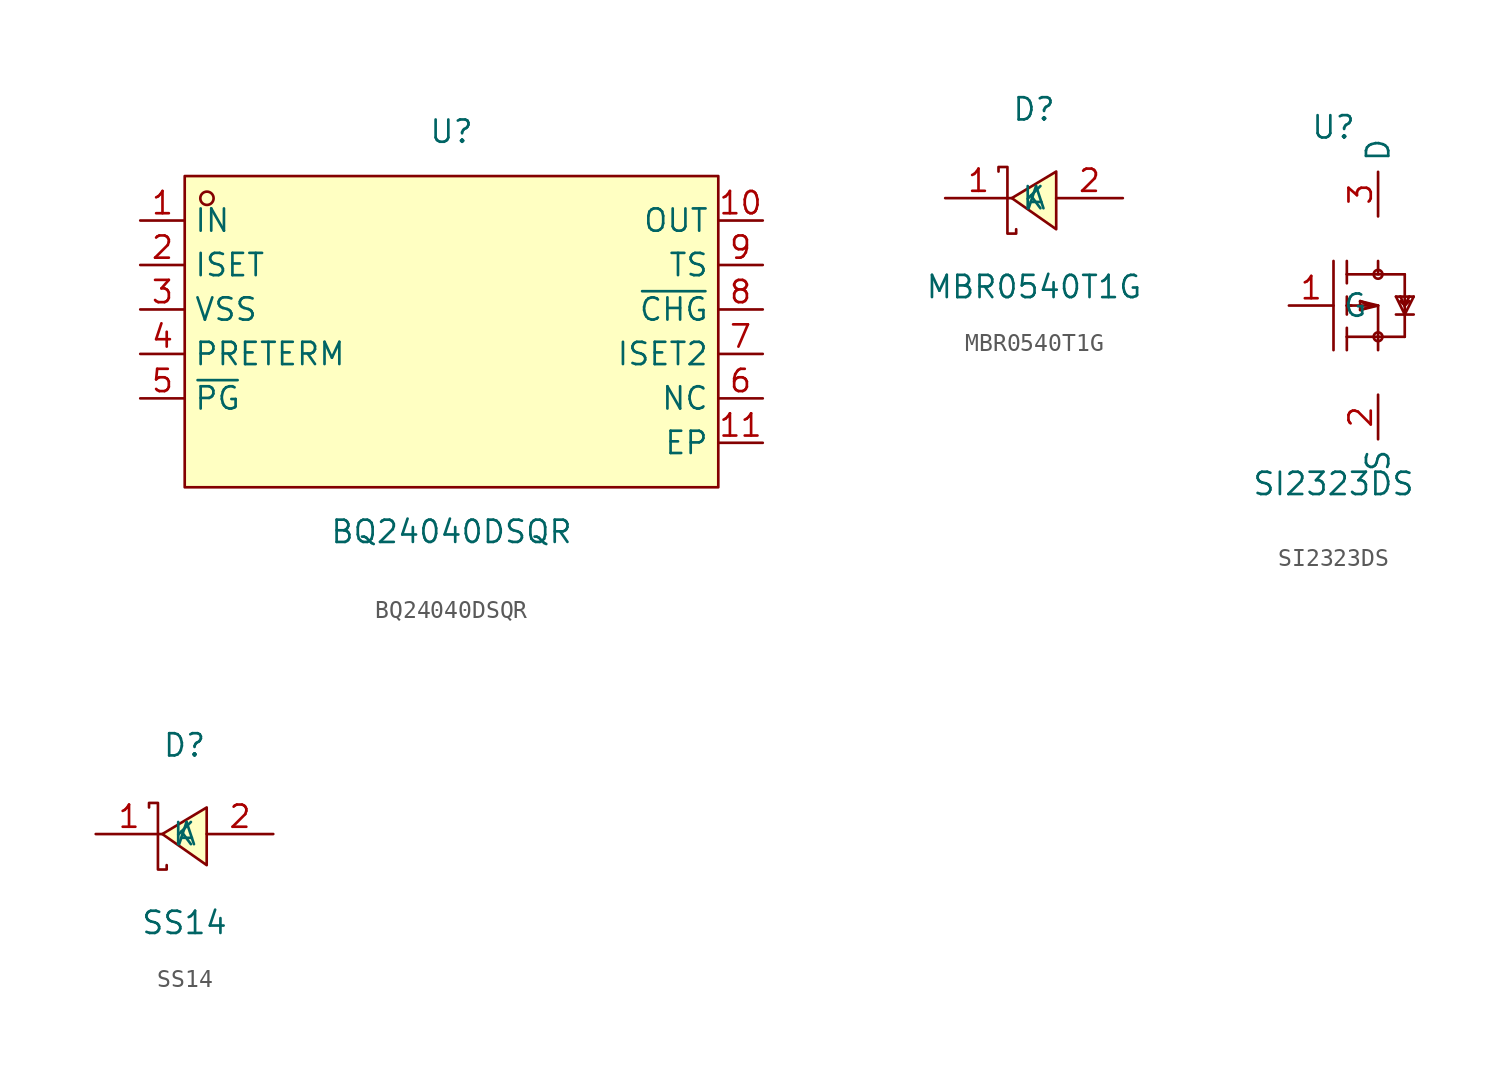
<source format=kicad_sym>
(kicad_symbol_lib
  (version 20231120)
  (generator "kicad_symbol_editor")
  (generator_version "8.0")
  (symbol "BQ24040DSQR"
    (property "Reference" "U"
      (at 0 10.16 0)
      (effects (font (size 1.27 1.27))))
    (property "Value" "BQ24040DSQR"
      (at 0 -12.7 0)
      (effects (font (size 1.27 1.27))))
    (symbol "BQ24040DSQR_0_1"
      (rectangle (start -15.24 7.62) (end 15.24 -10.16) (stroke (width 0) (type default)) (fill (type background)))
      (circle (center -13.97 6.35) (radius 0.38) (stroke (width 0) (type default)) (fill (type none)))
      (pin unspecified line (at -17.78 5.08 0) (length 2.54) (name "IN" (effects (font (size 1.27 1.27)))) (number "1" (effects (font (size 1.27 1.27)))))
      (pin unspecified line (at 17.78 5.08 180) (length 2.54) (name "OUT" (effects (font (size 1.27 1.27)))) (number "10" (effects (font (size 1.27 1.27)))))
      (pin unspecified line (at 17.78 -7.62 180) (length 2.54) (name "EP" (effects (font (size 1.27 1.27)))) (number "11" (effects (font (size 1.27 1.27)))))
      (pin unspecified line (at -17.78 2.54 0) (length 2.54) (name "ISET" (effects (font (size 1.27 1.27)))) (number "2" (effects (font (size 1.27 1.27)))))
      (pin unspecified line (at -17.78 0 0) (length 2.54) (name "VSS" (effects (font (size 1.27 1.27)))) (number "3" (effects (font (size 1.27 1.27)))))
      (pin unspecified line (at -17.78 -2.54 0) (length 2.54) (name "PRETERM" (effects (font (size 1.27 1.27)))) (number "4" (effects (font (size 1.27 1.27)))))
      (pin unspecified line (at -17.78 -5.08 0) (length 2.54) (name "~{PG}" (effects (font (size 1.27 1.27)))) (number "5" (effects (font (size 1.27 1.27)))))
      (pin unspecified line (at 17.78 -5.08 180) (length 2.54) (name "NC" (effects (font (size 1.27 1.27)))) (number "6" (effects (font (size 1.27 1.27)))))
      (pin unspecified line (at 17.78 -2.54 180) (length 2.54) (name "ISET2" (effects (font (size 1.27 1.27)))) (number "7" (effects (font (size 1.27 1.27)))))
      (pin unspecified line (at 17.78 0 180) (length 2.54) (name "~{CHG}" (effects (font (size 1.27 1.27)))) (number "8" (effects (font (size 1.27 1.27)))))
      (pin unspecified line (at 17.78 2.54 180) (length 2.54) (name "TS" (effects (font (size 1.27 1.27)))) (number "9" (effects (font (size 1.27 1.27)))))))
  (symbol "MBR0540T1G"
    (property "Reference" "D"
      (at 0 5.08 0)
      (effects (font (size 1.27 1.27))))
    (property "Value" "MBR0540T1G"
      (at 0 -5.08 0)
      (effects (font (size 1.27 1.27))))
    (symbol "MBR0540T1G_0_1"
      (polyline (pts (xy 1.27 1.52) (xy -1.27 0) (xy 1.27 -1.78) (xy 1.27 1.52)) (stroke (width 0) (type default)) (fill (type background)))
      (polyline (pts (xy -2.03 1.52) (xy -2.03 1.78) (xy -1.52 1.78) (xy -1.52 -2.03) (xy -1.02 -2.03) (xy -1.02 -1.78)) (stroke (width 0) (type default)) (fill (type none)))
      (pin unspecified line (at -5.08 0 0) (length 3.81) (name "K" (effects (font (size 1.27 1.27)))) (number "1" (effects (font (size 1.27 1.27)))))
      (pin unspecified line (at 5.08 0 180) (length 3.81) (name "A" (effects (font (size 1.27 1.27)))) (number "2" (effects (font (size 1.27 1.27)))))))
  (symbol "SI2323DS"
    (property "Reference" "U"
      (at 0 10.16 0)
      (effects (font (size 1.27 1.27))))
    (property "Value" "SI2323DS"
      (at 0 -10.16 0)
      (effects (font (size 1.27 1.27))))
    (symbol "SI2323DS_0_1"
      (polyline (pts (xy 0 2.54) (xy 0 -2.54)) (stroke (width 0) (type default)) (fill (type none)))
      (polyline (pts (xy 0.76 -2.54) (xy 0.76 -1.78)) (stroke (width 0) (type default)) (fill (type none)))
      (polyline (pts (xy 0.76 -1.78) (xy 0.76 -1.27)) (stroke (width 0) (type default)) (fill (type none)))
      (polyline (pts (xy 0.76 -1.78) (xy 2.54 -1.78)) (stroke (width 0) (type default)) (fill (type none)))
      (polyline (pts (xy 0.76 0) (xy 0.76 -0.51)) (stroke (width 0) (type default)) (fill (type none)))
      (polyline (pts (xy 0.76 0.51) (xy 0.76 0)) (stroke (width 0) (type default)) (fill (type none)))
      (polyline (pts (xy 0.76 1.78) (xy 0.76 1.27)) (stroke (width 0) (type default)) (fill (type none)))
      (polyline (pts (xy 0.76 2.54) (xy 0.76 1.78)) (stroke (width 0) (type default)) (fill (type none)))
      (polyline (pts (xy 1.02 0) (xy 0.76 0)) (stroke (width 0) (type default)) (fill (type none)))
      (polyline (pts (xy 1.52 -0.25) (xy 2.29 0)) (stroke (width 0) (type default)) (fill (type none)))
      (polyline (pts (xy 1.52 0.25) (xy 1.52 -0.25)) (stroke (width 0) (type default)) (fill (type none)))
      (polyline (pts (xy 1.52 0.25) (xy 2.03 0)) (stroke (width 0) (type default)) (fill (type none)))
      (polyline (pts (xy 2.29 0) (xy 0.76 0)) (stroke (width 0) (type default)) (fill (type none)))
      (polyline (pts (xy 2.29 0) (xy 1.52 0.25)) (stroke (width 0) (type default)) (fill (type none)))
      (polyline (pts (xy 2.54 -1.78) (xy 2.54 -2.54)) (stroke (width 0) (type default)) (fill (type none)))
      (polyline (pts (xy 2.54 0) (xy 1.52 -0.25)) (stroke (width 0) (type default)) (fill (type none)))
      (polyline (pts (xy 2.54 0) (xy 1.52 0.25)) (stroke (width 0) (type default)) (fill (type none)))
      (polyline (pts (xy 2.54 0) (xy 2.54 -1.78)) (stroke (width 0) (type default)) (fill (type none)))
      (polyline (pts (xy 2.54 2.54) (xy 2.54 1.78)) (stroke (width 0) (type default)) (fill (type none)))
      (polyline (pts (xy 3.56 -0.51) (xy 4.06 -0.51)) (stroke (width 0) (type default)) (fill (type none)))
      (polyline (pts (xy 3.56 0.51) (xy 3.81 0.51)) (stroke (width 0) (type default)) (fill (type none)))
      (polyline (pts (xy 3.81 0.25) (xy 4.06 0)) (stroke (width 0) (type default)) (fill (type none)))
      (polyline (pts (xy 3.81 0.51) (xy 4.06 0)) (stroke (width 0) (type default)) (fill (type none)))
      (polyline (pts (xy 3.81 0.51) (xy 4.32 0.51)) (stroke (width 0) (type default)) (fill (type none)))
      (polyline (pts (xy 4.06 -1.78) (xy 2.54 -1.78)) (stroke (width 0) (type default)) (fill (type none)))
      (polyline (pts (xy 4.06 -0.51) (xy 3.56 0.51)) (stroke (width 0) (type default)) (fill (type none)))
      (polyline (pts (xy 4.06 -0.51) (xy 4.57 -0.51)) (stroke (width 0) (type default)) (fill (type none)))
      (polyline (pts (xy 4.06 -0.25) (xy 4.06 -1.78)) (stroke (width 0) (type default)) (fill (type none)))
      (polyline (pts (xy 4.06 0) (xy 4.06 -0.51)) (stroke (width 0) (type default)) (fill (type none)))
      (polyline (pts (xy 4.06 0) (xy 4.32 0.25)) (stroke (width 0) (type default)) (fill (type none)))
      (polyline (pts (xy 4.06 0) (xy 4.32 0.51)) (stroke (width 0) (type default)) (fill (type none)))
      (polyline (pts (xy 4.06 1.78) (xy 4.06 0)) (stroke (width 0) (type default)) (fill (type none)))
      (polyline (pts (xy 4.32 0.51) (xy 4.57 0.51)) (stroke (width 0) (type default)) (fill (type none)))
      (polyline (pts (xy 4.57 0.51) (xy 4.06 -0.51)) (stroke (width 0) (type default)) (fill (type none)))
      (polyline (pts (xy 0.76 1.78) (xy 4.06 1.78) (xy 4.06 1.78)) (stroke (width 0) (type default)) (fill (type none)))
      (circle (center 2.54 -1.78) (radius 0.25) (stroke (width 0) (type default)) (fill (type none)))
      (circle (center 2.54 1.78) (radius 0.25) (stroke (width 0) (type default)) (fill (type none)))
      (pin unspecified line (at -2.54 0 0) (length 2.54) (name "G" (effects (font (size 1.27 1.27)))) (number "1" (effects (font (size 1.27 1.27)))))
      (pin unspecified line (at 2.54 -5.08 270) (length 2.54) (name "S" (effects (font (size 1.27 1.27)))) (number "2" (effects (font (size 1.27 1.27)))))
      (pin unspecified line (at 2.54 5.08 90) (length 2.54) (name "D" (effects (font (size 1.27 1.27)))) (number "3" (effects (font (size 1.27 1.27)))))))
  (symbol "SS14"
    (property "Reference" "D"
      (at 0 5.08 0)
      (effects (font (size 1.27 1.27))))
    (property "Value" "SS14"
      (at 0 -5.08 0)
      (effects (font (size 1.27 1.27))))
    (symbol "SS14_0_1"
      (polyline (pts (xy 1.27 1.52) (xy -1.27 0) (xy 1.27 -1.78) (xy 1.27 1.52)) (stroke (width 0) (type default)) (fill (type background)))
      (polyline (pts (xy -2.03 1.52) (xy -2.03 1.78) (xy -1.52 1.78) (xy -1.52 -2.03) (xy -1.02 -2.03) (xy -1.02 -1.78)) (stroke (width 0) (type default)) (fill (type none)))
      (pin unspecified line (at -5.08 0 0) (length 3.81) (name "K" (effects (font (size 1.27 1.27)))) (number "1" (effects (font (size 1.27 1.27)))))
      (pin unspecified line (at 5.08 0 180) (length 3.81) (name "A" (effects (font (size 1.27 1.27)))) (number "2" (effects (font (size 1.27 1.27))))))))
</source>
